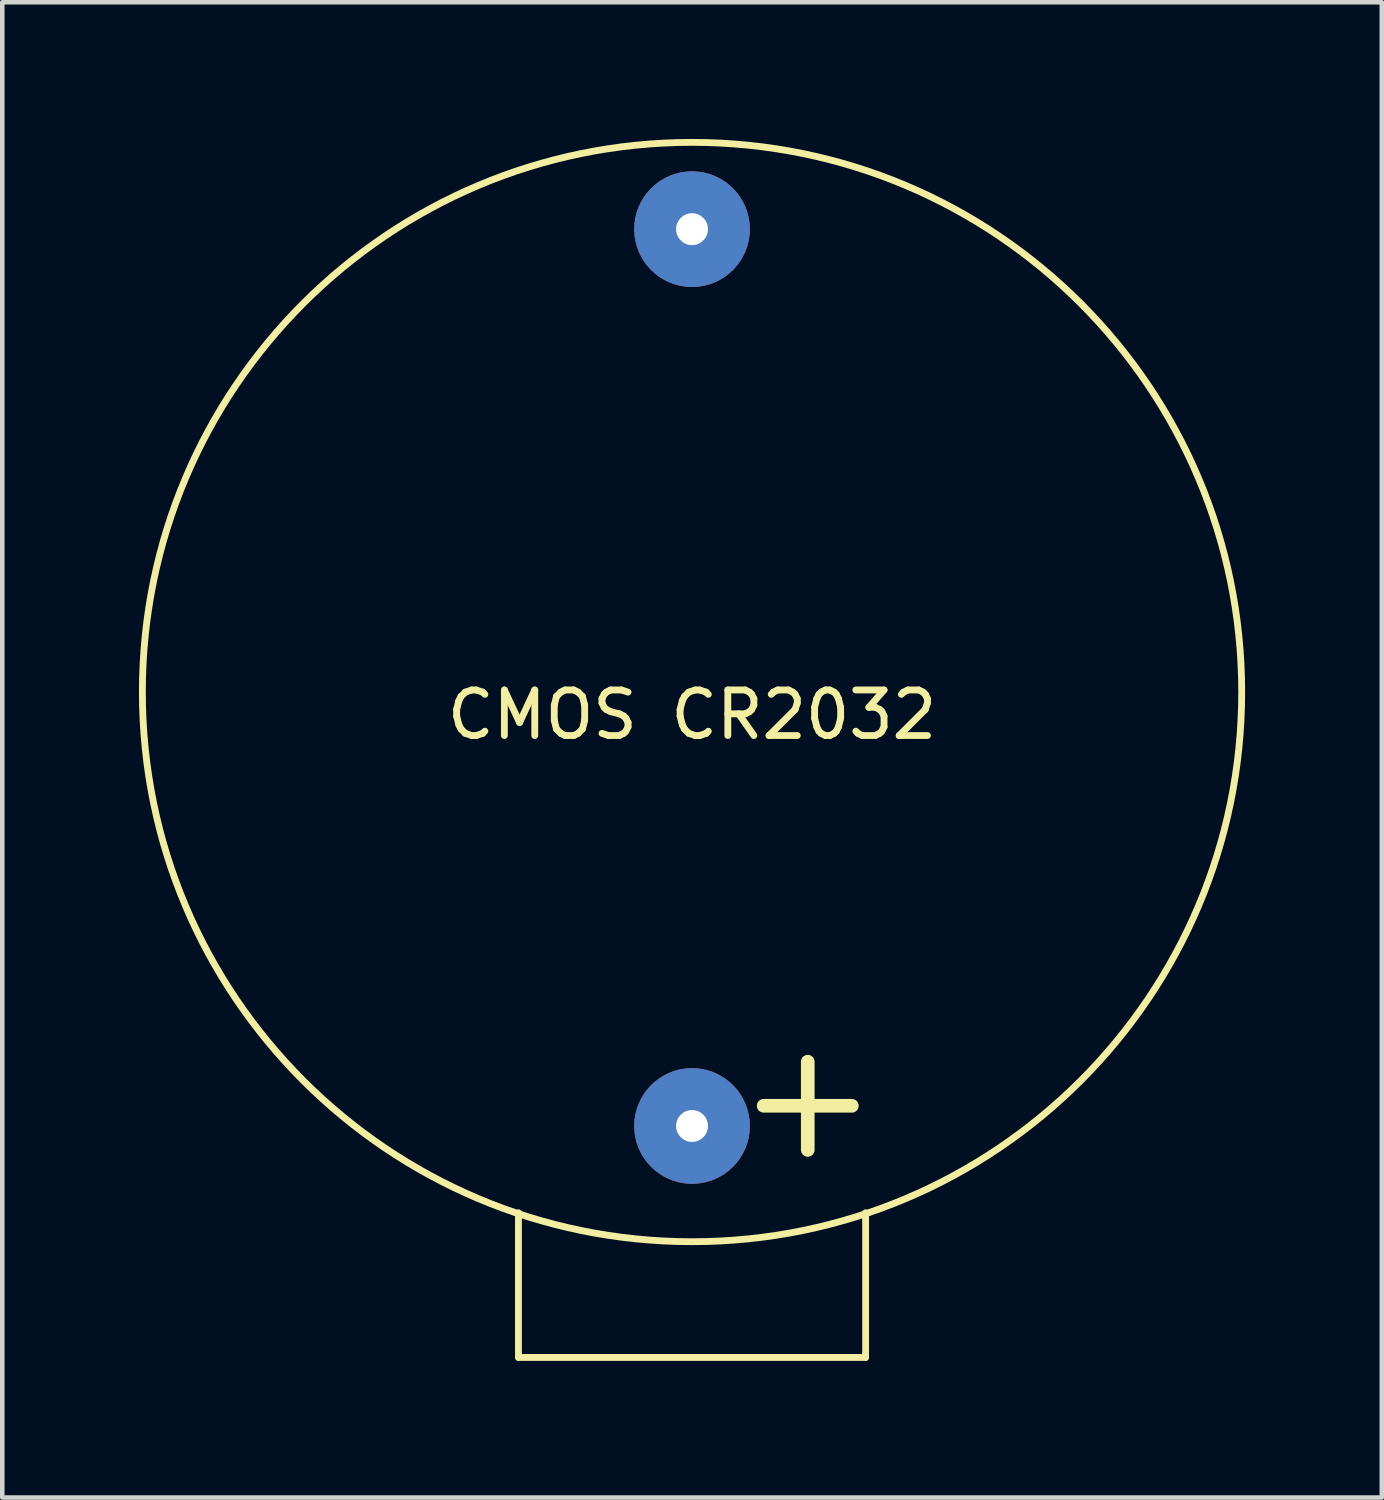
<source format=kicad_pcb>
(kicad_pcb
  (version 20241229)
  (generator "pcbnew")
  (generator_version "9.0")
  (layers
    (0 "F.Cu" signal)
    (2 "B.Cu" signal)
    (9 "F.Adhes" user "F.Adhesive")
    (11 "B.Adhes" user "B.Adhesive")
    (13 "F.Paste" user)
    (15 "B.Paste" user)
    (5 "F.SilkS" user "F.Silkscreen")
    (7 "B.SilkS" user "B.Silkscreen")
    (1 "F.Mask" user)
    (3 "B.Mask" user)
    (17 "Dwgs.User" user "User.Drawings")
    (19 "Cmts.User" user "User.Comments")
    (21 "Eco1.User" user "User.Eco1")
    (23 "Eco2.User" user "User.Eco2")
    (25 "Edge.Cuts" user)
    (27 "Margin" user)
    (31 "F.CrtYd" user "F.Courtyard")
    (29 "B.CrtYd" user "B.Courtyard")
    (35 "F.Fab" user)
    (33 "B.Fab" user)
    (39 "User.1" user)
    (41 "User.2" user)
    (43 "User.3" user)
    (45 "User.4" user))
  (footprint "CMOS CR2032"
    (layer "F.Cu")
    (at 12.14 12.14)
    (property "Reference" "CMOS CR2032" (at 0 0.5 0) (layer "F.SilkS") (effects (font (size 1 1) (thickness 0.15))))
    (attr through_hole)
    (fp_line (start -3.81 14.605) (end -3.81 11.43) (stroke (width 0.15) (type solid)) (layer "F.SilkS"))
    (fp_line (start 3.81 11.43) (end 3.81 14.605) (stroke (width 0.15) (type solid)) (layer "F.SilkS"))
    (fp_line (start 3.81 14.605) (end -3.81 14.605) (stroke (width 0.15) (type solid)) (layer "F.SilkS"))
    (fp_circle (center 0 0) (end 12.065 0) (stroke (width 0.15) (type solid)) (fill no) (layer "F.SilkS"))
    (fp_text user "+" (at 2.54 8.89 0) (layer "F.SilkS") (effects (font (size 2.54 2.54) (thickness 0.3))))
    (pad "1" thru_hole circle (at 0 9.525) (size 2.54 2.54) (drill 0.7) (layers "*.Cu" "*.Mask"))
    (pad "2" thru_hole circle (at 0 -10.16) (size 2.54 2.54) (drill 0.7) (layers "*.Cu" "*.Mask")))
  (gr_rect
    (start -3 -3)
    (end 27.28 29.82)
    (stroke (width 0.1) (type default))
    (fill no)
    (layer "Edge.Cuts")))
</source>
